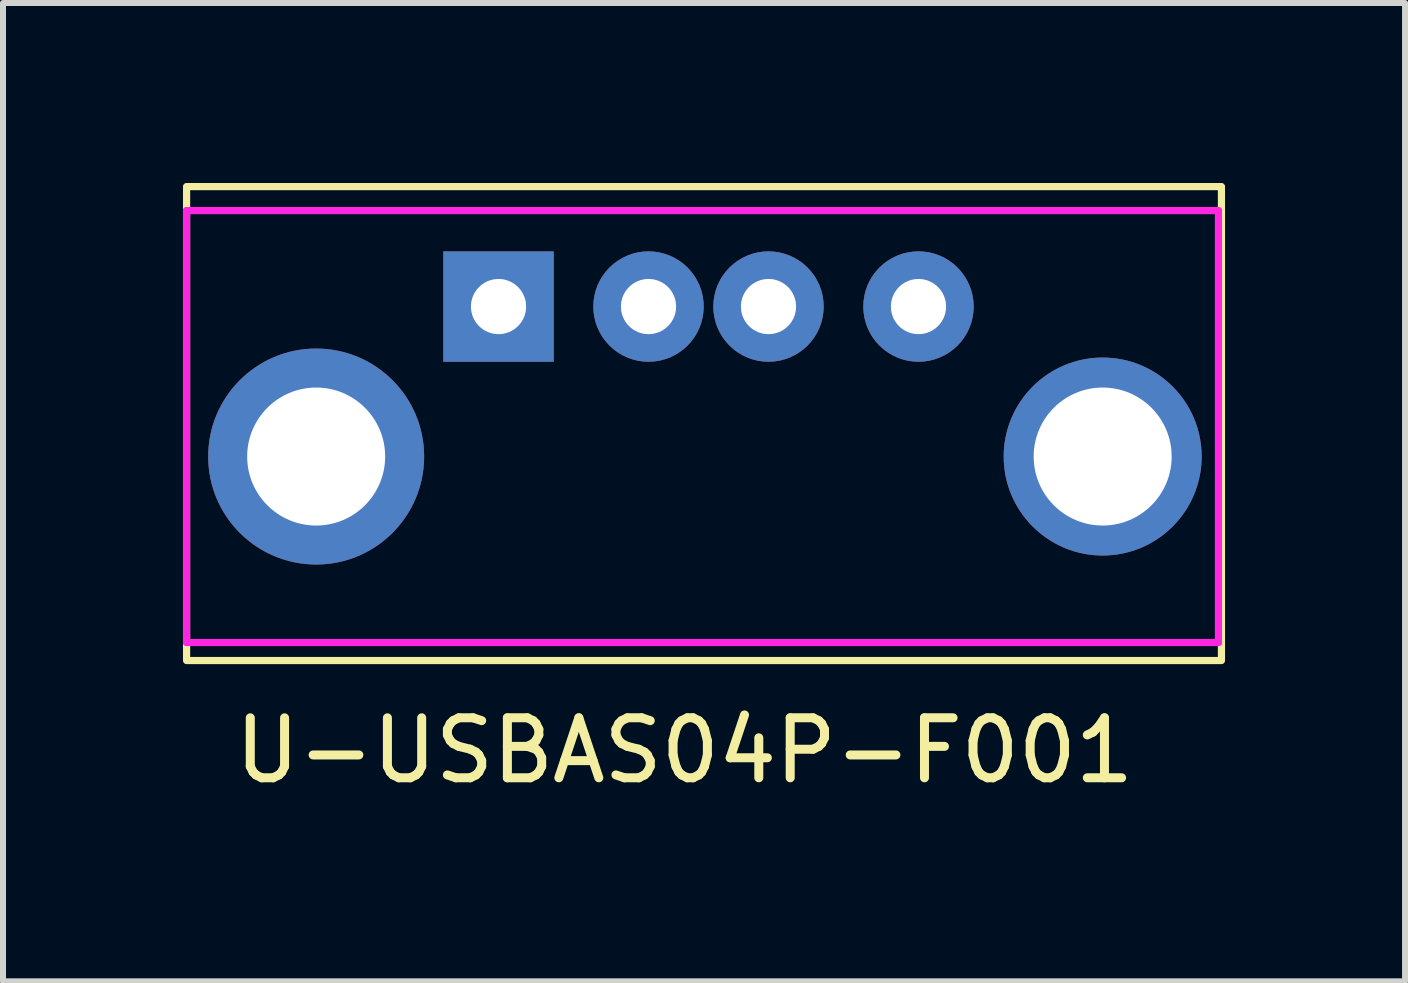
<source format=kicad_pcb>
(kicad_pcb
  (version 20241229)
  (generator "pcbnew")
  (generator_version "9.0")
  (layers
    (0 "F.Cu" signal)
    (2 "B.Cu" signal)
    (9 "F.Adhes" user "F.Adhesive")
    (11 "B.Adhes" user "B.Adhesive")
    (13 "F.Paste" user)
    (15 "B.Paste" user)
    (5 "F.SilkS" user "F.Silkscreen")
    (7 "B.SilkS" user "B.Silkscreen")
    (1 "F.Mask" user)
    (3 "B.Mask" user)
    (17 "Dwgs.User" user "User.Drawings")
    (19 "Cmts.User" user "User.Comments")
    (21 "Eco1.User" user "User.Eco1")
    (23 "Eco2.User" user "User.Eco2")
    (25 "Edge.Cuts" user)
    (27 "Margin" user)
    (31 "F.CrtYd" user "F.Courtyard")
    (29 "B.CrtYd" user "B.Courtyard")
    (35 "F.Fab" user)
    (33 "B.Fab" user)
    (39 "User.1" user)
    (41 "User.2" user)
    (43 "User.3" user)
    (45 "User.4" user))
  (footprint "U-USBAS04P-F001"
    (layer "F.Cu")
    (at 5.26 2.06)
    (property "Reference" "U-USBAS04P-F001" (at 3.1 7.4 0) (unlocked yes) (layer "F.SilkS") (effects (font (size 1 1) (thickness 0.15))))
    (attr through_hole)
    (fp_rect (start -5.2 -2) (end 12.05 5.9) (stroke (width 0.12) (type solid)) (fill no) (layer "F.SilkS"))
    (fp_line (start -5.2 -1.6) (end -5.2 5.6) (stroke (width 0.12) (type solid)) (layer "F.CrtYd"))
    (fp_line (start -5.2 -1.6) (end 12 -1.6) (stroke (width 0.12) (type solid)) (layer "F.CrtYd"))
    (fp_line (start -5.2 5.6) (end 12 5.6) (stroke (width 0.12) (type solid)) (layer "F.CrtYd"))
    (fp_line (start 12 5.6) (end 12 -1.6) (stroke (width 0.12) (type solid)) (layer "F.CrtYd"))
    (pad "1" thru_hole rect (at 0 0) (size 1.84 1.84) (drill 0.92) (layers "*.Cu" "*.Mask"))
    (pad "2" thru_hole circle (at 2.5 0) (size 1.84 1.84) (drill 0.92) (layers "*.Cu" "*.Mask"))
    (pad "3" thru_hole circle (at 4.5 0) (size 1.84 1.84) (drill 0.92) (layers "*.Cu" "*.Mask"))
    (pad "4" thru_hole circle (at 7 0) (size 1.84 1.84) (drill 0.92) (layers "*.Cu" "*.Mask"))
    (pad "5" thru_hole circle (at -3.04 2.5) (size 3.6 3.6) (drill 2.3) (layers "*.Cu" "*.Mask"))
    (pad "5" thru_hole circle (at 10.07 2.5) (size 3.3 3.3) (drill 2.3) (layers "*.Cu" "*.Mask")))
  (gr_rect
    (start -3 -3)
    (end 20.37 13.308)
    (stroke (width 0.1) (type default))
    (fill no)
    (layer "Edge.Cuts")))
</source>
